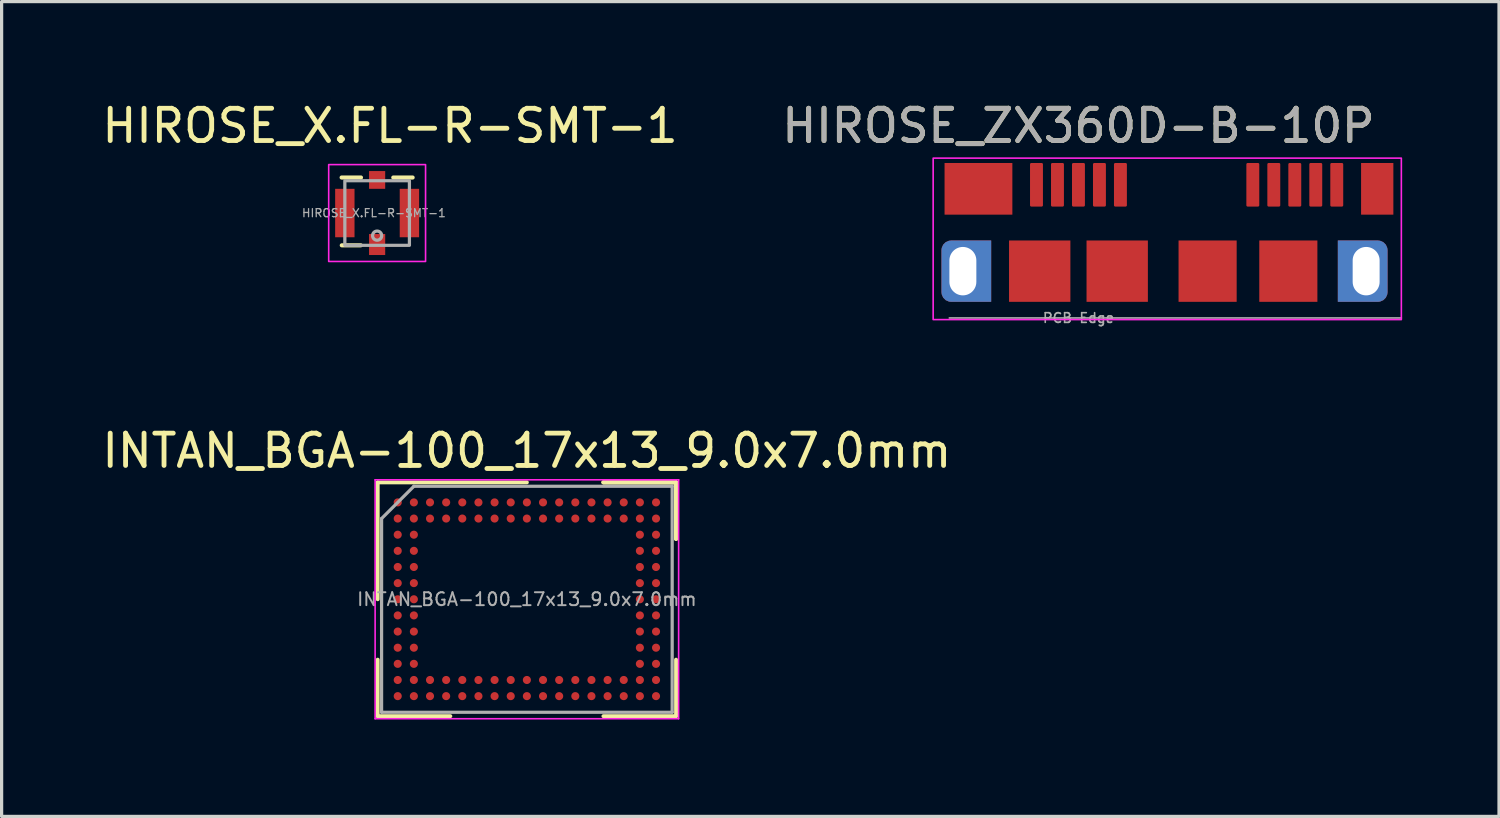
<source format=kicad_pcb>
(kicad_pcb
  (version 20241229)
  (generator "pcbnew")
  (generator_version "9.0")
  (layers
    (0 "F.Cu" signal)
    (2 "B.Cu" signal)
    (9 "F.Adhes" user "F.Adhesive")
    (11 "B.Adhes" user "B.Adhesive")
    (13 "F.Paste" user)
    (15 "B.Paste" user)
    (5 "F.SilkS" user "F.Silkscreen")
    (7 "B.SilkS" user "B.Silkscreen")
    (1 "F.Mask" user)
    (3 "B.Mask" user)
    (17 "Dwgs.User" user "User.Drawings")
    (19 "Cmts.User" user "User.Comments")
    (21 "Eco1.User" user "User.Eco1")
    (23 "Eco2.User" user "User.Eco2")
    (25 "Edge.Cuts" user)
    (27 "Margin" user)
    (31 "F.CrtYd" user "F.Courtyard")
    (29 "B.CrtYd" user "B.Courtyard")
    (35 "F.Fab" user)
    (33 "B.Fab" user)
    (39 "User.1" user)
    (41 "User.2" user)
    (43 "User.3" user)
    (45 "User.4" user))
  (footprint "INTAN_BGA-100_17x13_9.0x7.0mm"
    (layer "F.Cu")
    (at 13.268 15.51)
    (property "Reference" "INTAN_BGA-100_17x13_9.0x7.0mm" (at 0 -4.6 0) (layer "F.SilkS") (effects (font (size 1 1) (thickness 0.15))))
    (attr smd)
    (fp_line (start -4.62 -3.62) (end -4.62 0) (stroke (width 0.12) (type solid)) (layer "F.SilkS"))
    (fp_line (start -4.62 3.62) (end -4.62 1.87) (stroke (width 0.12) (type solid)) (layer "F.SilkS"))
    (fp_line (start -2.37 3.62) (end -4.62 3.62) (stroke (width 0.12) (type solid)) (layer "F.SilkS"))
    (fp_line (start 0 -3.62) (end -4.62 -3.62) (stroke (width 0.12) (type solid)) (layer "F.SilkS"))
    (fp_line (start 2.37 -3.62) (end 4.62 -3.62) (stroke (width 0.12) (type solid)) (layer "F.SilkS"))
    (fp_line (start 2.37 -3.62) (end 4.62 -3.62) (stroke (width 0.12) (type solid)) (layer "F.SilkS"))
    (fp_line (start 2.37 -3.62) (end 4.62 -3.62) (stroke (width 0.12) (type solid)) (layer "F.SilkS"))
    (fp_line (start 2.37 3.62) (end 4.62 3.62) (stroke (width 0.12) (type solid)) (layer "F.SilkS"))
    (fp_line (start 4.62 -3.62) (end 4.62 -1.87) (stroke (width 0.12) (type solid)) (layer "F.SilkS"))
    (fp_line (start 4.62 -3.62) (end 4.62 -1.87) (stroke (width 0.12) (type solid)) (layer "F.SilkS"))
    (fp_line (start 4.62 -3.62) (end 4.62 -1.87) (stroke (width 0.12) (type solid)) (layer "F.SilkS"))
    (fp_line (start 4.62 3.62) (end 4.62 1.87) (stroke (width 0.12) (type solid)) (layer "F.SilkS"))
    (fp_line (start -4.7 -3.7) (end 4.7 -3.7) (stroke (width 0.05) (type solid)) (layer "F.CrtYd"))
    (fp_line (start -4.7 3.7) (end -4.7 -3.7) (stroke (width 0.05) (type solid)) (layer "F.CrtYd"))
    (fp_line (start 4.7 -3.7) (end 4.7 3.7) (stroke (width 0.05) (type solid)) (layer "F.CrtYd"))
    (fp_line (start 4.7 3.7) (end -4.7 3.7) (stroke (width 0.05) (type solid)) (layer "F.CrtYd"))
    (fp_line (start -4.5 -2.5) (end -4.5 3.5) (stroke (width 0.1) (type solid)) (layer "F.Fab"))
    (fp_line (start -4.5 3.5) (end 4.5 3.5) (stroke (width 0.1) (type solid)) (layer "F.Fab"))
    (fp_line (start -3.5 -3.5) (end -4.5 -2.5) (stroke (width 0.1) (type solid)) (layer "F.Fab"))
    (fp_line (start 4.5 -3.5) (end -3.5 -3.5) (stroke (width 0.1) (type solid)) (layer "F.Fab"))
    (fp_line (start 4.5 3.5) (end 4.5 -3.5) (stroke (width 0.1) (type solid)) (layer "F.Fab"))
    (fp_text user "${REFERENCE}" (at 0 0 0) (unlocked yes) (layer "F.Fab") (effects (font (size 0.4 0.4) (thickness 0.06))))
    (pad "A1" smd circle (at -4 -3) (size 0.25 0.25) (layers "F.Cu" "F.Mask" "F.Paste"))
    (pad "A2" smd circle (at -3.5 -3) (size 0.25 0.25) (layers "F.Cu" "F.Mask" "F.Paste"))
    (pad "A3" smd circle (at -3 -3) (size 0.25 0.25) (layers "F.Cu" "F.Mask" "F.Paste"))
    (pad "A4" smd circle (at -2.5 -3) (size 0.25 0.25) (layers "F.Cu" "F.Mask" "F.Paste"))
    (pad "A5" smd circle (at -2 -3) (size 0.25 0.25) (layers "F.Cu" "F.Mask" "F.Paste"))
    (pad "A6" smd circle (at -1.5 -3) (size 0.25 0.25) (layers "F.Cu" "F.Mask" "F.Paste"))
    (pad "A7" smd circle (at -1 -3) (size 0.25 0.25) (layers "F.Cu" "F.Mask" "F.Paste"))
    (pad "A8" smd circle (at -0.5 -3) (size 0.25 0.25) (layers "F.Cu" "F.Mask" "F.Paste"))
    (pad "A9" smd circle (at 0 -3) (size 0.25 0.25) (layers "F.Cu" "F.Mask" "F.Paste"))
    (pad "A10" smd circle (at 0.5 -3) (size 0.25 0.25) (layers "F.Cu" "F.Mask" "F.Paste"))
    (pad "A11" smd circle (at 1 -3) (size 0.25 0.25) (layers "F.Cu" "F.Mask" "F.Paste"))
    (pad "A12" smd circle (at 1.5 -3) (size 0.25 0.25) (layers "F.Cu" "F.Mask" "F.Paste"))
    (pad "A13" smd circle (at 2 -3) (size 0.25 0.25) (layers "F.Cu" "F.Mask" "F.Paste"))
    (pad "A14" smd circle (at 2.5 -3) (size 0.25 0.25) (layers "F.Cu" "F.Mask" "F.Paste"))
    (pad "A15" smd circle (at 3 -3) (size 0.25 0.25) (layers "F.Cu" "F.Mask" "F.Paste"))
    (pad "A16" smd circle (at 3.5 -3) (size 0.25 0.25) (layers "F.Cu" "F.Mask" "F.Paste"))
    (pad "A17" smd circle (at 4 -3) (size 0.25 0.25) (layers "F.Cu" "F.Mask" "F.Paste"))
    (pad "B1" smd circle (at -4 -2.5) (size 0.25 0.25) (layers "F.Cu" "F.Mask" "F.Paste"))
    (pad "B2" smd circle (at -3.5 -2.5) (size 0.25 0.25) (layers "F.Cu" "F.Mask" "F.Paste"))
    (pad "B3" smd circle (at -3 -2.5) (size 0.25 0.25) (layers "F.Cu" "F.Mask" "F.Paste"))
    (pad "B4" smd circle (at -2.5 -2.5) (size 0.25 0.25) (layers "F.Cu" "F.Mask" "F.Paste"))
    (pad "B5" smd circle (at -2 -2.5) (size 0.25 0.25) (layers "F.Cu" "F.Mask" "F.Paste"))
    (pad "B6" smd circle (at -1.5 -2.5) (size 0.25 0.25) (layers "F.Cu" "F.Mask" "F.Paste"))
    (pad "B7" smd circle (at -1 -2.5) (size 0.25 0.25) (layers "F.Cu" "F.Mask" "F.Paste"))
    (pad "B8" smd circle (at -0.5 -2.5) (size 0.25 0.25) (layers "F.Cu" "F.Mask" "F.Paste"))
    (pad "B9" smd circle (at 0 -2.5) (size 0.25 0.25) (layers "F.Cu" "F.Mask" "F.Paste"))
    (pad "B10" smd circle (at 0.5 -2.5) (size 0.25 0.25) (layers "F.Cu" "F.Mask" "F.Paste"))
    (pad "B11" smd circle (at 1 -2.5) (size 0.25 0.25) (layers "F.Cu" "F.Mask" "F.Paste"))
    (pad "B12" smd circle (at 1.5 -2.5) (size 0.25 0.25) (layers "F.Cu" "F.Mask" "F.Paste"))
    (pad "B13" smd circle (at 2 -2.5) (size 0.25 0.25) (layers "F.Cu" "F.Mask" "F.Paste"))
    (pad "B14" smd circle (at 2.5 -2.5) (size 0.25 0.25) (layers "F.Cu" "F.Mask" "F.Paste"))
    (pad "B15" smd circle (at 3 -2.5) (size 0.25 0.25) (layers "F.Cu" "F.Mask" "F.Paste"))
    (pad "B16" smd circle (at 3.5 -2.5) (size 0.25 0.25) (layers "F.Cu" "F.Mask" "F.Paste"))
    (pad "B17" smd circle (at 4 -2.5) (size 0.25 0.25) (layers "F.Cu" "F.Mask" "F.Paste"))
    (pad "C1" smd circle (at -4 -2) (size 0.25 0.25) (layers "F.Cu" "F.Mask" "F.Paste"))
    (pad "C2" smd circle (at -3.5 -2) (size 0.25 0.25) (layers "F.Cu" "F.Mask" "F.Paste"))
    (pad "C16" smd circle (at 3.5 -2) (size 0.25 0.25) (layers "F.Cu" "F.Mask" "F.Paste"))
    (pad "C17" smd circle (at 4 -2) (size 0.25 0.25) (layers "F.Cu" "F.Mask" "F.Paste"))
    (pad "D1" smd circle (at -4 -1.5) (size 0.25 0.25) (layers "F.Cu" "F.Mask" "F.Paste"))
    (pad "D2" smd circle (at -3.5 -1.5) (size 0.25 0.25) (layers "F.Cu" "F.Mask" "F.Paste"))
    (pad "D16" smd circle (at 3.5 -1.5) (size 0.25 0.25) (layers "F.Cu" "F.Mask" "F.Paste"))
    (pad "D17" smd circle (at 4 -1.5) (size 0.25 0.25) (layers "F.Cu" "F.Mask" "F.Paste"))
    (pad "E1" smd circle (at -4 -1) (size 0.25 0.25) (layers "F.Cu" "F.Mask" "F.Paste"))
    (pad "E2" smd circle (at -3.5 -1) (size 0.25 0.25) (layers "F.Cu" "F.Mask" "F.Paste"))
    (pad "E16" smd circle (at 3.5 -1) (size 0.25 0.25) (layers "F.Cu" "F.Mask" "F.Paste"))
    (pad "E17" smd circle (at 4 -1) (size 0.25 0.25) (layers "F.Cu" "F.Mask" "F.Paste"))
    (pad "F1" smd circle (at -4 -0.5) (size 0.25 0.25) (layers "F.Cu" "F.Mask" "F.Paste"))
    (pad "F2" smd circle (at -3.5 -0.5) (size 0.25 0.25) (layers "F.Cu" "F.Mask" "F.Paste"))
    (pad "F16" smd circle (at 3.5 -0.5) (size 0.25 0.25) (layers "F.Cu" "F.Mask" "F.Paste"))
    (pad "F17" smd circle (at 4 -0.5) (size 0.25 0.25) (layers "F.Cu" "F.Mask" "F.Paste"))
    (pad "G1" smd circle (at -4 0) (size 0.25 0.25) (layers "F.Cu" "F.Mask" "F.Paste"))
    (pad "G2" smd circle (at -3.5 0) (size 0.25 0.25) (layers "F.Cu" "F.Mask" "F.Paste"))
    (pad "G16" smd circle (at 3.5 0) (size 0.25 0.25) (layers "F.Cu" "F.Mask" "F.Paste"))
    (pad "G17" smd circle (at 4 0) (size 0.25 0.25) (layers "F.Cu" "F.Mask" "F.Paste"))
    (pad "H1" smd circle (at -4 0.5) (size 0.25 0.25) (layers "F.Cu" "F.Mask" "F.Paste"))
    (pad "H2" smd circle (at -3.5 0.5) (size 0.25 0.25) (layers "F.Cu" "F.Mask" "F.Paste"))
    (pad "H16" smd circle (at 3.5 0.5) (size 0.25 0.25) (layers "F.Cu" "F.Mask" "F.Paste"))
    (pad "H17" smd circle (at 4 0.5) (size 0.25 0.25) (layers "F.Cu" "F.Mask" "F.Paste"))
    (pad "J1" smd circle (at -4 1) (size 0.25 0.25) (layers "F.Cu" "F.Mask" "F.Paste"))
    (pad "J2" smd circle (at -3.5 1) (size 0.25 0.25) (layers "F.Cu" "F.Mask" "F.Paste"))
    (pad "J16" smd circle (at 3.5 1) (size 0.25 0.25) (layers "F.Cu" "F.Mask" "F.Paste"))
    (pad "J17" smd circle (at 4 1) (size 0.25 0.25) (layers "F.Cu" "F.Mask" "F.Paste"))
    (pad "K1" smd circle (at -4 1.5) (size 0.25 0.25) (layers "F.Cu" "F.Mask" "F.Paste"))
    (pad "K2" smd circle (at -3.5 1.5) (size 0.25 0.25) (layers "F.Cu" "F.Mask" "F.Paste"))
    (pad "K16" smd circle (at 3.5 1.5) (size 0.25 0.25) (layers "F.Cu" "F.Mask" "F.Paste"))
    (pad "K17" smd circle (at 4 1.5) (size 0.25 0.25) (layers "F.Cu" "F.Mask" "F.Paste"))
    (pad "L1" smd circle (at -4 2) (size 0.25 0.25) (layers "F.Cu" "F.Mask" "F.Paste"))
    (pad "L2" smd circle (at -3.5 2) (size 0.25 0.25) (layers "F.Cu" "F.Mask" "F.Paste"))
    (pad "L16" smd circle (at 3.5 2) (size 0.25 0.25) (layers "F.Cu" "F.Mask" "F.Paste"))
    (pad "L17" smd circle (at 4 2) (size 0.25 0.25) (layers "F.Cu" "F.Mask" "F.Paste"))
    (pad "M1" smd circle (at -4 2.5) (size 0.25 0.25) (layers "F.Cu" "F.Mask" "F.Paste"))
    (pad "M2" smd circle (at -3.5 2.5) (size 0.25 0.25) (layers "F.Cu" "F.Mask" "F.Paste"))
    (pad "M3" smd circle (at -3 2.5) (size 0.25 0.25) (layers "F.Cu" "F.Mask" "F.Paste"))
    (pad "M4" smd circle (at -2.5 2.5) (size 0.25 0.25) (layers "F.Cu" "F.Mask" "F.Paste"))
    (pad "M5" smd circle (at -2 2.5) (size 0.25 0.25) (layers "F.Cu" "F.Mask" "F.Paste"))
    (pad "M6" smd circle (at -1.5 2.5) (size 0.25 0.25) (layers "F.Cu" "F.Mask" "F.Paste"))
    (pad "M7" smd circle (at -1 2.5) (size 0.25 0.25) (layers "F.Cu" "F.Mask" "F.Paste"))
    (pad "M8" smd circle (at -0.5 2.5) (size 0.25 0.25) (layers "F.Cu" "F.Mask" "F.Paste"))
    (pad "M9" smd circle (at 0 2.5) (size 0.25 0.25) (layers "F.Cu" "F.Mask" "F.Paste"))
    (pad "M10" smd circle (at 0.5 2.5) (size 0.25 0.25) (layers "F.Cu" "F.Mask" "F.Paste"))
    (pad "M11" smd circle (at 1 2.5) (size 0.25 0.25) (layers "F.Cu" "F.Mask" "F.Paste"))
    (pad "M12" smd circle (at 1.5 2.5) (size 0.25 0.25) (layers "F.Cu" "F.Mask" "F.Paste"))
    (pad "M13" smd circle (at 2 2.5) (size 0.25 0.25) (layers "F.Cu" "F.Mask" "F.Paste"))
    (pad "M14" smd circle (at 2.5 2.5) (size 0.25 0.25) (layers "F.Cu" "F.Mask" "F.Paste"))
    (pad "M15" smd circle (at 3 2.5) (size 0.25 0.25) (layers "F.Cu" "F.Mask" "F.Paste"))
    (pad "M16" smd circle (at 3.5 2.5) (size 0.25 0.25) (layers "F.Cu" "F.Mask" "F.Paste"))
    (pad "M17" smd circle (at 4 2.5) (size 0.25 0.25) (layers "F.Cu" "F.Mask" "F.Paste"))
    (pad "N1" smd circle (at -4 3) (size 0.25 0.25) (layers "F.Cu" "F.Mask" "F.Paste"))
    (pad "N2" smd circle (at -3.5 3) (size 0.25 0.25) (layers "F.Cu" "F.Mask" "F.Paste"))
    (pad "N3" smd circle (at -3 3) (size 0.25 0.25) (layers "F.Cu" "F.Mask" "F.Paste"))
    (pad "N4" smd circle (at -2.5 3) (size 0.25 0.25) (layers "F.Cu" "F.Mask" "F.Paste"))
    (pad "N5" smd circle (at -2 3) (size 0.25 0.25) (layers "F.Cu" "F.Mask" "F.Paste"))
    (pad "N6" smd circle (at -1.5 3) (size 0.25 0.25) (layers "F.Cu" "F.Mask" "F.Paste"))
    (pad "N7" smd circle (at -1 3) (size 0.25 0.25) (layers "F.Cu" "F.Mask" "F.Paste"))
    (pad "N8" smd circle (at -0.5 3) (size 0.25 0.25) (layers "F.Cu" "F.Mask" "F.Paste"))
    (pad "N9" smd circle (at 0 3) (size 0.25 0.25) (layers "F.Cu" "F.Mask" "F.Paste"))
    (pad "N10" smd circle (at 0.5 3) (size 0.25 0.25) (layers "F.Cu" "F.Mask" "F.Paste"))
    (pad "N11" smd circle (at 1 3) (size 0.25 0.25) (layers "F.Cu" "F.Mask" "F.Paste"))
    (pad "N12" smd circle (at 1.5 3) (size 0.25 0.25) (layers "F.Cu" "F.Mask" "F.Paste"))
    (pad "N13" smd circle (at 2 3) (size 0.25 0.25) (layers "F.Cu" "F.Mask" "F.Paste"))
    (pad "N14" smd circle (at 2.5 3) (size 0.25 0.25) (layers "F.Cu" "F.Mask" "F.Paste"))
    (pad "N15" smd circle (at 3 3) (size 0.25 0.25) (layers "F.Cu" "F.Mask" "F.Paste"))
    (pad "N16" smd circle (at 3.5 3) (size 0.25 0.25) (layers "F.Cu" "F.Mask" "F.Paste"))
    (pad "N17" smd circle (at 4 3) (size 0.25 0.25) (layers "F.Cu" "F.Mask" "F.Paste")))
  (footprint "HIROSE_X.FL-R-SMT-1"
    (layer "F.Cu")
    (at 8.63 3.548)
    (property "Reference" "HIROSE_X.FL-R-SMT-1" (at 0.4 -2.7 0) (unlocked yes) (layer "F.SilkS") (effects (font (size 1 1) (thickness 0.15))))
    (attr smd)
    (fp_line (start -1.1 -1.1) (end -0.5 -1.1) (stroke (width 0.127) (type solid)) (layer "F.SilkS"))
    (fp_line (start -0.505 1) (end -1.095 1) (stroke (width 0.127) (type solid)) (layer "F.SilkS"))
    (fp_line (start 0.5 -1.1) (end 1.1 -1.1) (stroke (width 0.127) (type solid)) (layer "F.SilkS"))
    (fp_poly (pts (xy -1.5 1.5) (xy 1.5 1.5) (xy 1.5 -1.5) (xy -1.5 -1.5)) (stroke (width 0.05) (type solid)) (fill no) (layer "F.CrtYd"))
    (fp_rect (start -1 -1) (end 1 1) (stroke (width 0.1) (type default)) (fill no) (layer "F.Fab"))
    (fp_circle (center 0 0.7) (end 0.1 0.8) (stroke (width 0.1) (type default)) (fill no) (layer "F.Fab"))
    (fp_text user "${REFERENCE}" (at -0.1 0 0) (unlocked yes) (layer "F.Fab") (effects (font (size 0.25 0.25) (thickness 0.04))))
    (pad "1" smd rect (at 0 0.975 180) (size 0.5 0.65) (layers "F.Cu" "F.Mask" "F.Paste"))
    (pad "2" smd rect (at -1 0 90) (size 1.5 0.6) (layers "F.Cu" "F.Mask" "F.Paste"))
    (pad "2" smd rect (at 0 -1.025 180) (size 0.5 0.55) (layers "F.Cu" "F.Mask" "F.Paste"))
    (pad "2" smd rect (at 1 0 90) (size 1.5 0.6) (layers "F.Cu" "F.Mask" "F.Paste"))
    (zone (net_name "") (layer "F.Cu") (hatch edge 0.508) (connect_pads) (min_thickness 0.254) (filled_areas_thickness no) (keepout (tracks not_allowed) (vias not_allowed) (pads not_allowed) (copperpour not_allowed) (footprints allowed)) (placement (enabled no)) (fill) (polygon (pts (xy 7.93 4.298) (xy 8.38 4.298) (xy 8.38 4.198) (xy 8.88 4.198) (xy 8.88 4.298) (xy 9.33 4.298) (xy 9.33 2.848) (xy 7.93 2.848)))))
  (footprint "HIROSE_ZX360D-B-10P"
    (layer "F.Cu")
    (at 30.351 5.348)
    (property "Reference" "HIROSE_ZX360D-B-10P" (at 0 -4.5 0) (unlocked yes) (layer "F.SilkS") (effects (font (size 1 1) (thickness 0.15))))
    (attr smd)
    (fp_rect (start -4.5 1.5) (end 10 -3.5) (stroke (width 0.05) (type solid)) (fill no) (layer "F.CrtYd"))
    (fp_line (start -4 1.45) (end 10 1.45) (stroke (width 0.05) (type solid)) (layer "F.Fab"))
    (fp_text user "${REFERENCE}" (at 0 -4.5 0) (unlocked yes) (layer "F.Fab") (effects (font (size 1 1) (thickness 0.15))))
    (fp_text user "PCB Edge" (at 0 1.45 0) (unlocked yes) (layer "F.Fab") (effects (font (size 0.3 0.3) (thickness 0.05))))
    (pad "1" smd roundrect (at -1.3 -2.675) (size 0.4 1.35) (layers "F.Cu" "F.Mask" "F.Paste") (roundrect_rratio 0.1))
    (pad "2" smd roundrect (at -0.65 -2.675) (size 0.4 1.35) (layers "F.Cu" "F.Mask" "F.Paste") (roundrect_rratio 0.1))
    (pad "3" smd roundrect (at 0 -2.675) (size 0.4 1.35) (layers "F.Cu" "F.Mask" "F.Paste") (roundrect_rratio 0.1))
    (pad "4" smd roundrect (at 0.65 -2.675) (size 0.4 1.35) (layers "F.Cu" "F.Mask" "F.Paste") (roundrect_rratio 0.1))
    (pad "5" smd roundrect (at 1.3 -2.675) (size 0.4 1.35) (layers "F.Cu" "F.Mask" "F.Paste") (roundrect_rratio 0.1))
    (pad "6" smd roundrect (at 5.4 -2.675) (size 0.4 1.35) (layers "F.Cu" "F.Mask" "F.Paste") (roundrect_rratio 0.1))
    (pad "7" smd roundrect (at 6.05 -2.675) (size 0.4 1.35) (layers "F.Cu" "F.Mask" "F.Paste") (roundrect_rratio 0.1))
    (pad "8" smd roundrect (at 6.7 -2.675) (size 0.4 1.35) (layers "F.Cu" "F.Mask" "F.Paste") (roundrect_rratio 0.1))
    (pad "9" smd roundrect (at 7.35 -2.675) (size 0.4 1.35) (layers "F.Cu" "F.Mask" "F.Paste") (roundrect_rratio 0.1))
    (pad "10" smd roundrect (at 8 -2.675) (size 0.4 1.35) (layers "F.Cu" "F.Mask" "F.Paste") (roundrect_rratio 0.1))
    (pad "11" thru_hole roundrect (at -3.58 0) (size 1.54 1.9) (drill oval 0.835 1.5 (offset 0.107 0)) (layers "*.Cu" "*.Mask") (roundrect_rratio 0.195) (chamfer_ratio 0) (chamfer top_right bottom_right))
    (pad "11" smd rect (at -2.99 -2.55) (size 2.1 1.6) (drill oval (offset -0.107 0)) (layers "F.Cu" "F.Mask" "F.Paste"))
    (pad "11" smd rect (at -1.2 0) (size 1.9 1.9) (layers "F.Cu" "F.Mask" "F.Paste"))
    (pad "11" smd rect (at 1.2 0) (size 1.9 1.9) (layers "F.Cu" "F.Mask" "F.Paste"))
    (pad "11" smd rect (at 4 0) (size 1.8 1.9) (layers "F.Cu" "F.Mask" "F.Paste"))
    (pad "11" smd rect (at 6.5 0) (size 1.8 1.9) (layers "F.Cu" "F.Mask" "F.Paste"))
    (pad "11" thru_hole roundrect (at 8.91 0) (size 1.54 1.9) (drill oval 0.835 1.5 (offset -0.107 0)) (layers "*.Cu" "*.Mask") (roundrect_rratio 0.195) (chamfer_ratio 0) (chamfer top_left bottom_left))
    (pad "11" smd rect (at 9.36 -2.55) (size 1 1.6) (drill oval (offset -0.107 0)) (layers "F.Cu" "F.Mask" "F.Paste")))
  (gr_rect
    (start -3 -3)
    (end 43.376 22.235)
    (stroke (width 0.1) (type default))
    (fill no)
    (layer "Edge.Cuts")))
</source>
